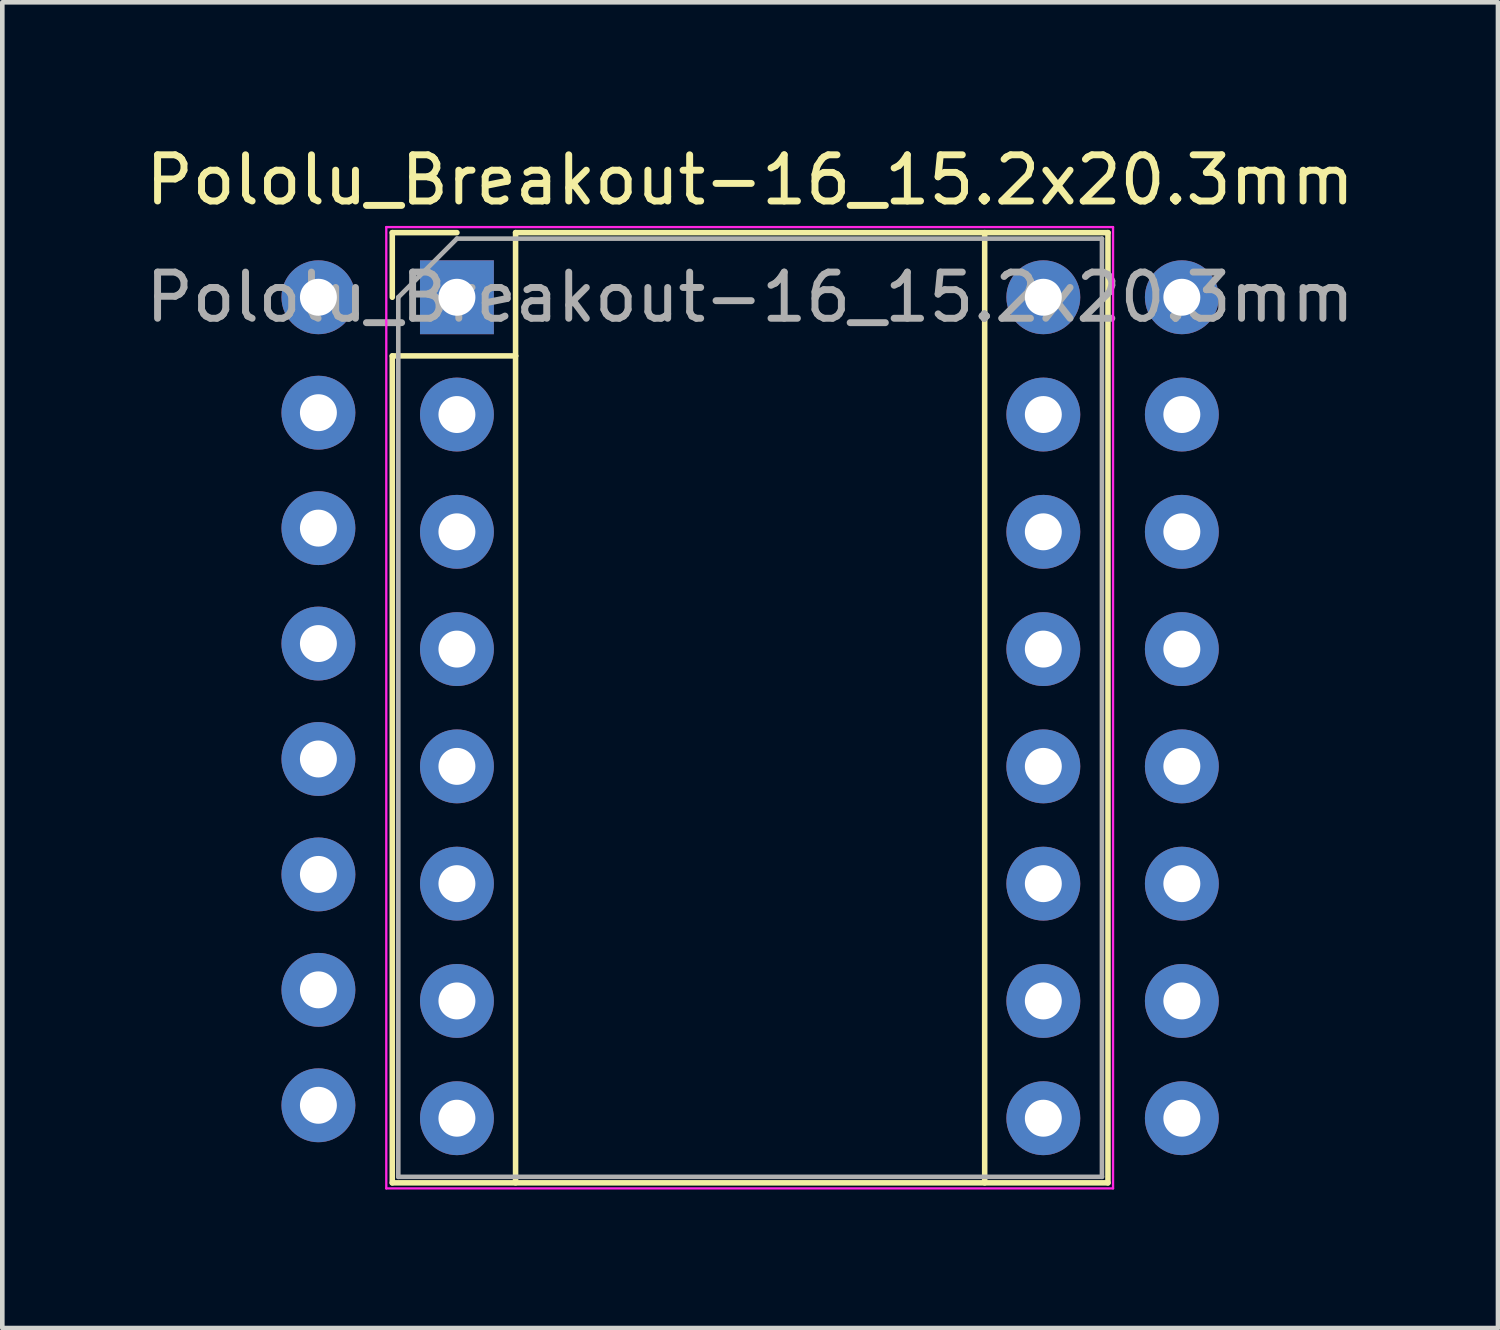
<source format=kicad_pcb>
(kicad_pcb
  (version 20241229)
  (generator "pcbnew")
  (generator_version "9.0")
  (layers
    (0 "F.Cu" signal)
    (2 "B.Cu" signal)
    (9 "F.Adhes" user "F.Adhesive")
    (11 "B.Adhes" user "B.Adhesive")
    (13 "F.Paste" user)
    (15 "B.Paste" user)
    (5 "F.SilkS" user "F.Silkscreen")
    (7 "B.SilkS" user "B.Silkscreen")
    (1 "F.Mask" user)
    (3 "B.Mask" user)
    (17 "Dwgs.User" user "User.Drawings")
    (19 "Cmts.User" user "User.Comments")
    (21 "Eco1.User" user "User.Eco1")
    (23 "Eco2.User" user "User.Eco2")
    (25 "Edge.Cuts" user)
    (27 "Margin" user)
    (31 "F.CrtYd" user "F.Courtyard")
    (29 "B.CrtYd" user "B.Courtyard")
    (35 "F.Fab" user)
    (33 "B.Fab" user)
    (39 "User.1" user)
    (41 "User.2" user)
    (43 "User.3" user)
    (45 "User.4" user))
  (footprint "Pololu_Breakout-16_15.2x20.3mm"
    (layer "F.Cu")
    (at 6.846 3.388)
    (property "Reference" "Pololu_Breakout-16_15.2x20.3mm" (at 6.35 -2.54 0) (layer "F.SilkS") (effects (font (size 1 1) (thickness 0.15))))
    (attr through_hole)
    (fp_line (start -1.4 -1.4) (end -1.4 0) (stroke (width 0.12) (type solid)) (layer "F.SilkS"))
    (fp_line (start -1.4 1.27) (end -1.4 19.18) (stroke (width 0.12) (type solid)) (layer "F.SilkS"))
    (fp_line (start -1.4 19.18) (end 14.1 19.18) (stroke (width 0.12) (type solid)) (layer "F.SilkS"))
    (fp_line (start 0 -1.4) (end -1.4 -1.4) (stroke (width 0.12) (type solid)) (layer "F.SilkS"))
    (fp_line (start 1.27 -1.4) (end 1.27 1.27) (stroke (width 0.12) (type solid)) (layer "F.SilkS"))
    (fp_line (start 1.27 1.27) (end -1.4 1.27) (stroke (width 0.12) (type solid)) (layer "F.SilkS"))
    (fp_line (start 1.27 1.27) (end 1.27 19.18) (stroke (width 0.12) (type solid)) (layer "F.SilkS"))
    (fp_line (start 11.43 -1.4) (end 11.43 19.18) (stroke (width 0.12) (type solid)) (layer "F.SilkS"))
    (fp_line (start 14.1 -1.4) (end 1.27 -1.4) (stroke (width 0.12) (type solid)) (layer "F.SilkS"))
    (fp_line (start 14.1 19.18) (end 14.1 -1.4) (stroke (width 0.12) (type solid)) (layer "F.SilkS"))
    (fp_line (start -1.53 -1.52) (end -1.53 19.3) (stroke (width 0.05) (type solid)) (layer "F.CrtYd"))
    (fp_line (start -1.53 -1.52) (end 14.21 -1.52) (stroke (width 0.05) (type solid)) (layer "F.CrtYd"))
    (fp_line (start 14.21 19.3) (end -1.53 19.3) (stroke (width 0.05) (type solid)) (layer "F.CrtYd"))
    (fp_line (start 14.21 19.3) (end 14.21 -1.52) (stroke (width 0.05) (type solid)) (layer "F.CrtYd"))
    (fp_line (start -1.27 0) (end 0 -1.27) (stroke (width 0.1) (type solid)) (layer "F.Fab"))
    (fp_line (start -1.27 19.05) (end -1.27 0) (stroke (width 0.1) (type solid)) (layer "F.Fab"))
    (fp_line (start 0 -1.27) (end 13.97 -1.27) (stroke (width 0.1) (type solid)) (layer "F.Fab"))
    (fp_line (start 13.97 -1.27) (end 13.97 19.05) (stroke (width 0.1) (type solid)) (layer "F.Fab"))
    (fp_line (start 13.97 19.05) (end -1.27 19.05) (stroke (width 0.1) (type solid)) (layer "F.Fab"))
    (fp_text user "${REFERENCE}" (at 6.35 0 0) (layer "F.Fab") (effects (font (size 1 1) (thickness 0.15))))
    (pad "1" thru_hole oval (at -3 0) (size 1.6 1.6) (drill 0.8) (layers "*.Cu" "*.Mask"))
    (pad "1" thru_hole rect (at 0 0) (size 1.6 1.6) (drill 0.8) (layers "*.Cu" "*.Mask"))
    (pad "2" thru_hole oval (at -3 2.5) (size 1.6 1.6) (drill 0.8) (layers "*.Cu" "*.Mask"))
    (pad "2" thru_hole oval (at -3 10) (size 1.6 1.6) (drill 0.8) (layers "*.Cu" "*.Mask"))
    (pad "2" thru_hole oval (at -3 12.5) (size 1.6 1.6) (drill 0.8) (layers "*.Cu" "*.Mask"))
    (pad "2" thru_hole oval (at -3 15) (size 1.6 1.6) (drill 0.8) (layers "*.Cu" "*.Mask"))
    (pad "2" thru_hole oval (at -3 17.5) (size 1.6 1.6) (drill 0.8) (layers "*.Cu" "*.Mask"))
    (pad "2" thru_hole oval (at 0 2.54) (size 1.6 1.6) (drill 0.8) (layers "*.Cu" "*.Mask"))
    (pad "3" thru_hole oval (at -3 5) (size 1.6 1.6) (drill 0.8) (layers "*.Cu" "*.Mask"))
    (pad "3" thru_hole oval (at 0 5.08) (size 1.6 1.6) (drill 0.8) (layers "*.Cu" "*.Mask"))
    (pad "4" thru_hole oval (at -3 7.5) (size 1.6 1.6) (drill 0.8) (layers "*.Cu" "*.Mask"))
    (pad "4" thru_hole oval (at 0 7.62) (size 1.6 1.6) (drill 0.8) (layers "*.Cu" "*.Mask"))
    (pad "5" thru_hole oval (at 0 10.16) (size 1.6 1.6) (drill 0.8) (layers "*.Cu" "*.Mask"))
    (pad "6" thru_hole oval (at 0 12.7) (size 1.6 1.6) (drill 0.8) (layers "*.Cu" "*.Mask"))
    (pad "7" thru_hole oval (at 0 15.24) (size 1.6 1.6) (drill 0.8) (layers "*.Cu" "*.Mask"))
    (pad "8" thru_hole oval (at 0 17.78) (size 1.6 1.6) (drill 0.8) (layers "*.Cu" "*.Mask"))
    (pad "9" thru_hole oval (at 12.7 17.78) (size 1.6 1.6) (drill 0.8) (layers "*.Cu" "*.Mask"))
    (pad "9" thru_hole oval (at 15.7 17.78) (size 1.6 1.6) (drill 0.8) (layers "*.Cu" "*.Mask"))
    (pad "10" thru_hole oval (at 12.7 15.24) (size 1.6 1.6) (drill 0.8) (layers "*.Cu" "*.Mask"))
    (pad "10" thru_hole oval (at 15.7 15.24) (size 1.6 1.6) (drill 0.8) (layers "*.Cu" "*.Mask"))
    (pad "11" thru_hole oval (at 12.7 12.7) (size 1.6 1.6) (drill 0.8) (layers "*.Cu" "*.Mask"))
    (pad "11" thru_hole oval (at 15.7 12.7) (size 1.6 1.6) (drill 0.8) (layers "*.Cu" "*.Mask"))
    (pad "12" thru_hole oval (at 12.7 10.16) (size 1.6 1.6) (drill 0.8) (layers "*.Cu" "*.Mask"))
    (pad "12" thru_hole oval (at 15.7 10.16) (size 1.6 1.6) (drill 0.8) (layers "*.Cu" "*.Mask"))
    (pad "13" thru_hole oval (at 12.7 7.62) (size 1.6 1.6) (drill 0.8) (layers "*.Cu" "*.Mask"))
    (pad "13" thru_hole oval (at 15.7 7.62) (size 1.6 1.6) (drill 0.8) (layers "*.Cu" "*.Mask"))
    (pad "14" thru_hole oval (at 12.7 5.08) (size 1.6 1.6) (drill 0.8) (layers "*.Cu" "*.Mask"))
    (pad "14" thru_hole oval (at 15.7 5.08) (size 1.6 1.6) (drill 0.8) (layers "*.Cu" "*.Mask"))
    (pad "15" thru_hole oval (at 12.7 2.54) (size 1.6 1.6) (drill 0.8) (layers "*.Cu" "*.Mask"))
    (pad "15" thru_hole oval (at 15.7 2.54) (size 1.6 1.6) (drill 0.8) (layers "*.Cu" "*.Mask"))
    (pad "16" thru_hole oval (at 12.7 0) (size 1.6 1.6) (drill 0.8) (layers "*.Cu" "*.Mask"))
    (pad "16" thru_hole oval (at 15.7 0) (size 1.6 1.6) (drill 0.8) (layers "*.Cu" "*.Mask")))
  (gr_rect
    (start -3 -3)
    (end 29.393 25.713)
    (stroke (width 0.1) (type default))
    (fill no)
    (layer "Edge.Cuts")))
</source>
